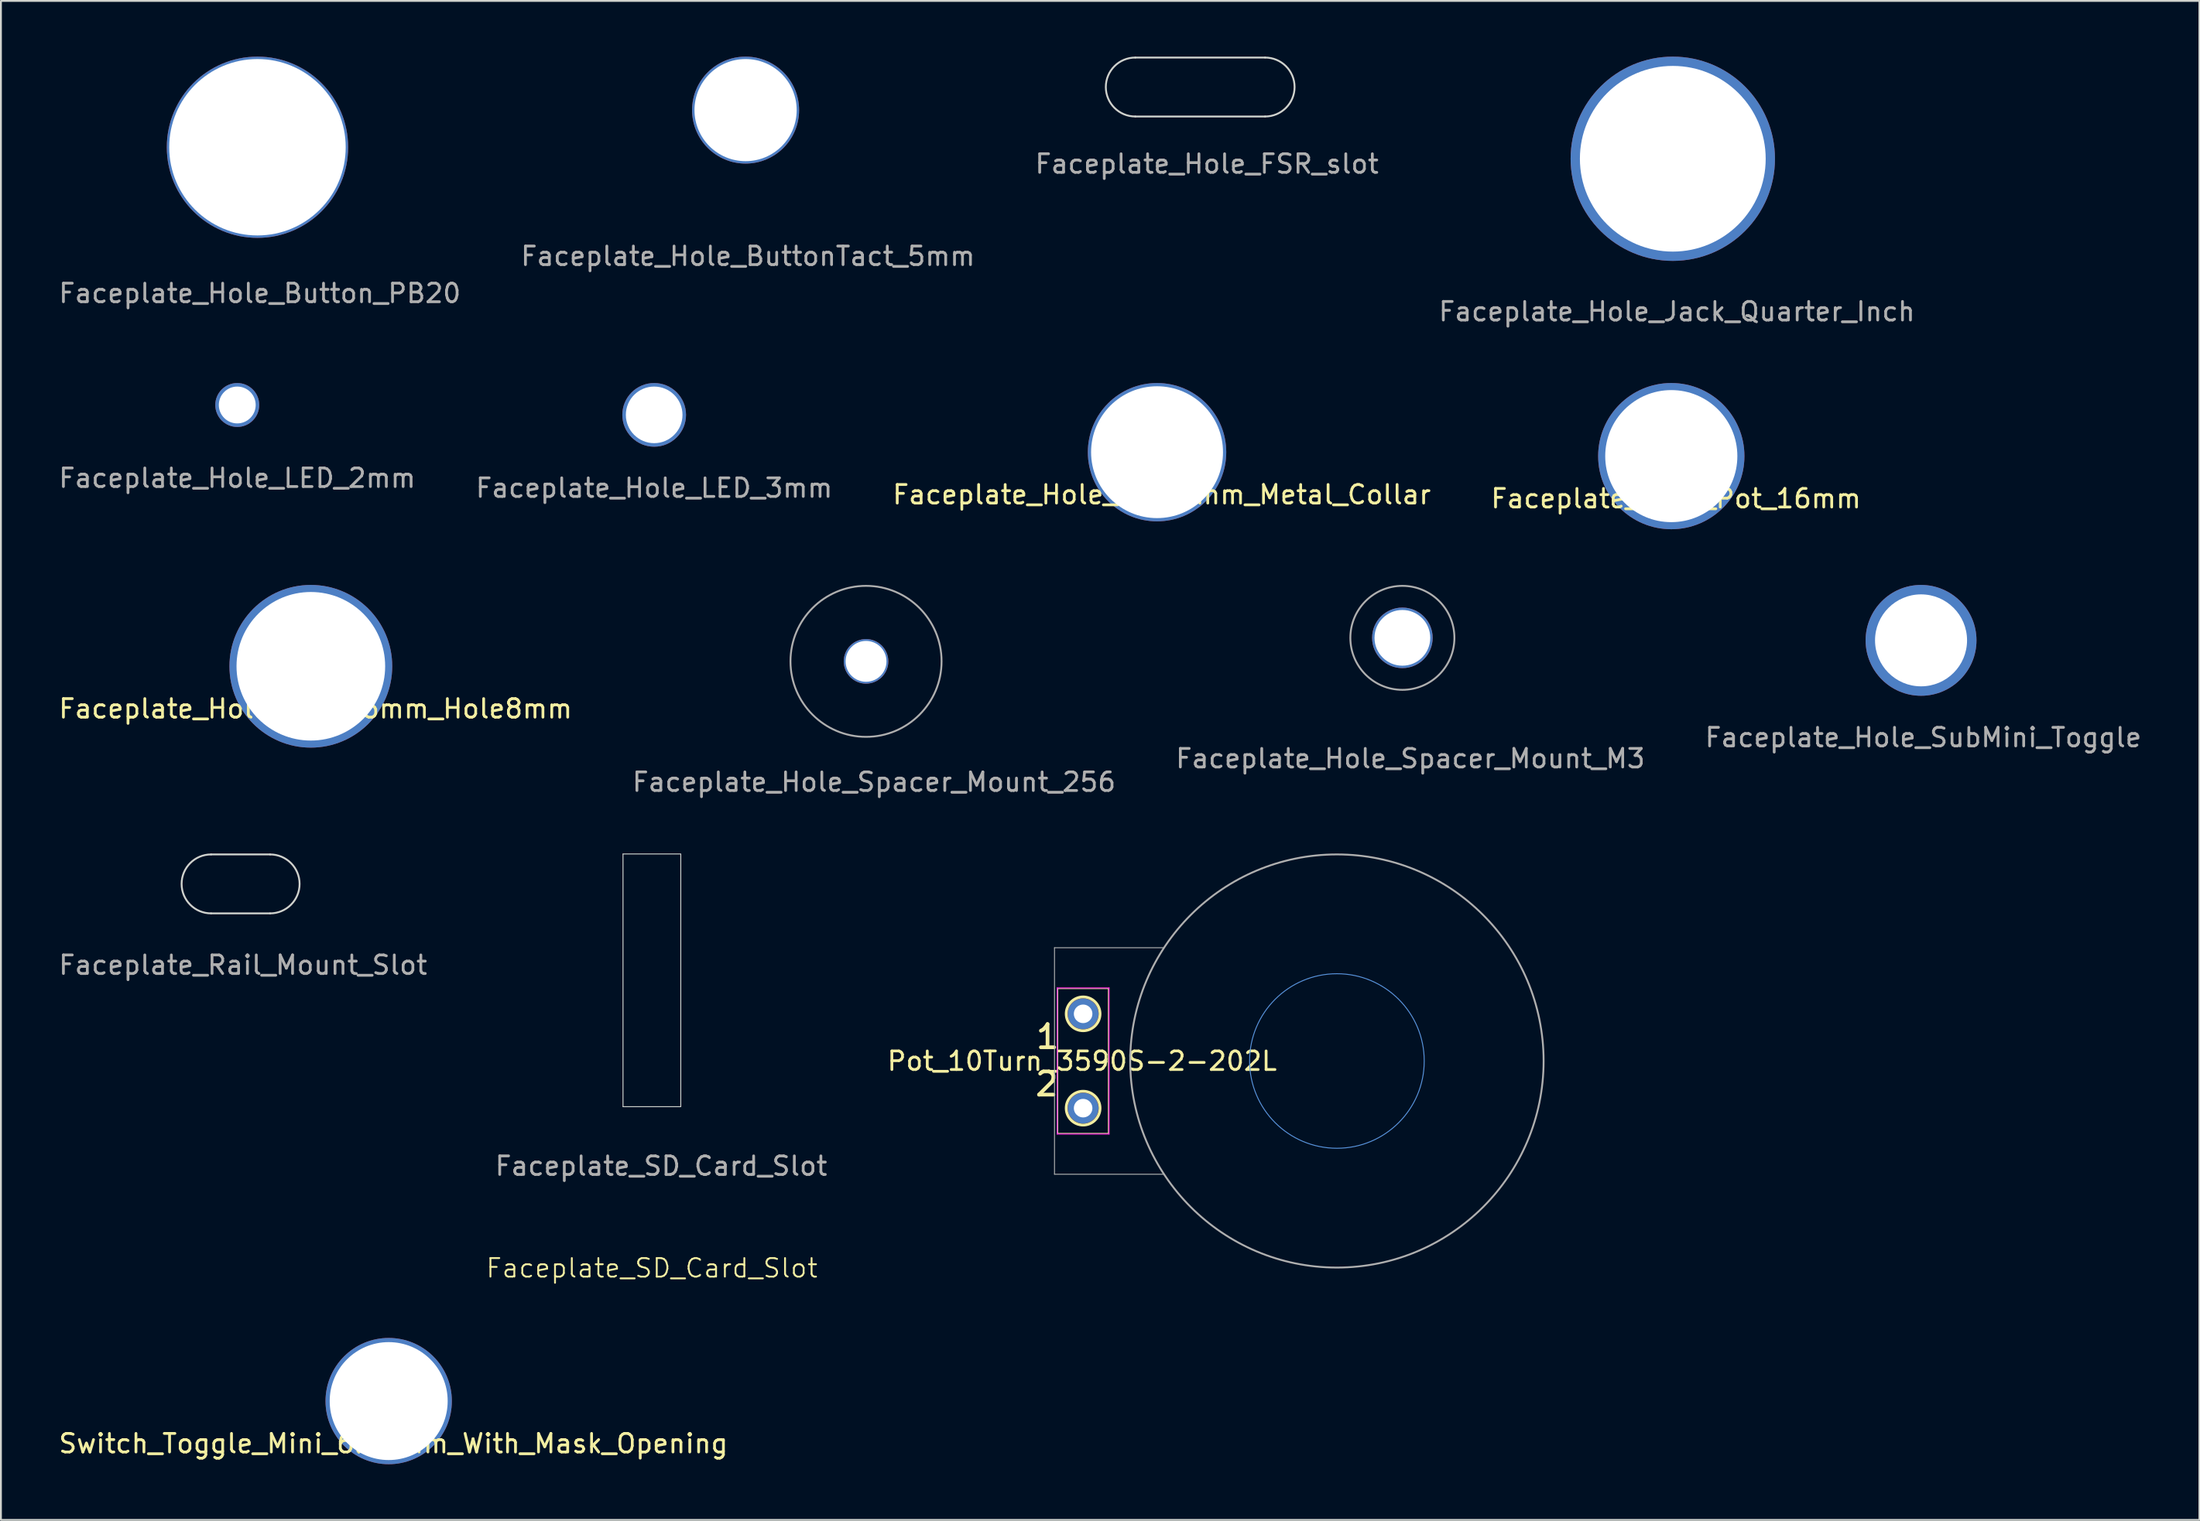
<source format=kicad_pcb>
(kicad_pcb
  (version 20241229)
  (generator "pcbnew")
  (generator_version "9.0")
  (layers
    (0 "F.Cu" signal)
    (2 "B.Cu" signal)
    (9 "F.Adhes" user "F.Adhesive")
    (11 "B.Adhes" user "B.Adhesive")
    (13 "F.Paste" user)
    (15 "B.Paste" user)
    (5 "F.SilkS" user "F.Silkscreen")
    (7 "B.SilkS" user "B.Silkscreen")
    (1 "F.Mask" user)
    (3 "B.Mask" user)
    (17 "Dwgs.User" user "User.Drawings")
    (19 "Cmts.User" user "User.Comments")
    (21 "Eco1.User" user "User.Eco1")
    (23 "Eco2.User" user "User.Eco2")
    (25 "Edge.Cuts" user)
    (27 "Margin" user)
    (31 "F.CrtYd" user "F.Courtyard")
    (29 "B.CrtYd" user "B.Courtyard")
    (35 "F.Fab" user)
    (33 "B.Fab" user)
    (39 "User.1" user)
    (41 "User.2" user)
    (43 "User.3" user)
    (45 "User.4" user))
  (footprint "Faceplate_Hole_Spacer_Mount_256"
    (layer "F.Cu")
    (at 43.564 32.568)
    (property "Reference" "Faceplate_Hole_Spacer_Mount_256" (at 0.43 6.5 0) (layer "F.Fab") (effects (font (size 1 1) (thickness 0.15))))
    (attr through_hole)
    (fp_line (start -0.508 0) (end 0.508 0) (stroke (width 0.15) (type solid)) (layer "F.Fab"))
    (fp_line (start 0 -0.508) (end 0 0.508) (stroke (width 0.15) (type solid)) (layer "F.Fab"))
    (fp_circle (center 0 0) (end -4.064 -0.127) (stroke (width 0.1) (type solid)) (fill no) (layer "F.Fab"))
    (pad "1" thru_hole circle (at 0 0 90) (size 2.4 2.4) (drill 2.2) (layers "*.Cu" "*.Mask")))
  (footprint "Faceplate_Rail_Mount_Slot"
    (layer "F.Cu")
    (at 9.9 44.554)
    (property "Reference" "Faceplate_Rail_Mount_Slot" (at 0.13 4.37 0) (layer "F.Fab") (effects (font (size 1 1) (thickness 0.15))))
    (attr through_hole)
    (fp_line (start -1.587 -1.587) (end 1.587 -1.587) (stroke (width 0.1) (type solid)) (layer "Edge.Cuts"))
    (fp_line (start -1.587 1.587) (end 1.587 1.587) (stroke (width 0.1) (type solid)) (layer "Edge.Cuts"))
    (fp_arc (start -1.5875 1.5875) (mid -3.175 0) (end -1.5875 -1.5875) (stroke (width 0.1) (type solid)) (layer "Edge.Cuts"))
    (fp_arc (start 1.5875 -1.5875) (mid 3.175 0) (end 1.5875 1.5875) (stroke (width 0.1) (type solid)) (layer "Edge.Cuts")))
  (footprint "Pot_10Turn_3590S-2-202L"
    (layer "F.Cu")
    (at 68.909 54.091)
    (property "Reference" "Pot_10Turn_3590S-2-202L" (at -13.716 0.004 0) (layer "F.SilkS") (effects (font (size 1 1) (thickness 0.15))))
    (attr through_hole)
    (fp_line (start -15.025 -3.9) (end -12.3 -3.9) (stroke (width 0.05) (type solid)) (layer "F.SilkS"))
    (fp_line (start -15.025 3.9) (end -15.025 -3.9) (stroke (width 0.05) (type solid)) (layer "F.SilkS"))
    (fp_line (start -12.3 -3.9) (end -12.3 3.9) (stroke (width 0.05) (type solid)) (layer "F.SilkS"))
    (fp_line (start -12.3 3.9) (end -15.025 3.9) (stroke (width 0.05) (type solid)) (layer "F.SilkS"))
    (fp_circle (center -13.66 -2.54) (end -14.57 -2.54) (stroke (width 0.15) (type solid)) (fill no) (layer "F.SilkS"))
    (fp_circle (center -13.66 2.54) (end -14.57 2.57) (stroke (width 0.15) (type solid)) (fill no) (layer "F.SilkS"))
    (fp_circle (center 0 0) (end 4.7 0) (stroke (width 0.05) (type solid)) (fill no) (layer "Cmts.User"))
    (fp_line (start -15.057 -3.937) (end -12.263 -3.937) (stroke (width 0.05) (type solid)) (layer "F.CrtYd"))
    (fp_line (start -15.057 3.937) (end -15.057 -3.937) (stroke (width 0.05) (type solid)) (layer "F.CrtYd"))
    (fp_line (start -12.263 -3.937) (end -12.263 3.937) (stroke (width 0.05) (type solid)) (layer "F.CrtYd"))
    (fp_line (start -12.263 3.937) (end -15.057 3.937) (stroke (width 0.05) (type solid)) (layer "F.CrtYd"))
    (fp_line (start -15.2 -6.1) (end -15.2 6.1) (stroke (width 0.05) (type solid)) (layer "F.Fab"))
    (fp_line (start -15.2 -6.1) (end -9.31 -6.1) (stroke (width 0.05) (type solid)) (layer "F.Fab"))
    (fp_line (start -9.31 6.1) (end -15.2 6.1) (stroke (width 0.05) (type solid)) (layer "F.Fab"))
    (fp_circle (center 0 0) (end -11.125 0) (stroke (width 0.1) (type solid)) (fill no) (layer "F.Fab"))
    (fp_text user "2" (at -15.616 1.244 0) (layer "F.SilkS") (effects (font (size 1.25 1.25) (thickness 0.2))))
    (fp_text user "1" (at -15.576 -1.306 0) (layer "F.SilkS") (effects (font (size 1.25 1.25) (thickness 0.2))))
    (pad "1" thru_hole circle (at -13.66 -2.54 90) (size 1.651 1.651) (drill 1) (layers "*.Cu" "*.Mask"))
    (pad "2" thru_hole circle (at -13.66 2.54 90) (size 1.651 1.651) (drill 1) (layers "*.Cu" "*.Mask")))
  (footprint "Faceplate_Hole_Spacer_Mount_M3"
    (layer "F.Cu")
    (at 72.433 31.302)
    (property "Reference" "Faceplate_Hole_Spacer_Mount_M3" (at 0.43 6.5 0) (layer "F.Fab") (effects (font (size 1 1) (thickness 0.15))))
    (attr through_hole)
    (fp_line (start -0.508 0) (end 0.508 0) (stroke (width 0.15) (type solid)) (layer "F.Fab"))
    (fp_line (start 0 -0.508) (end 0 0.508) (stroke (width 0.15) (type solid)) (layer "F.Fab"))
    (fp_circle (center 0 0) (end 2.8 0) (stroke (width 0.1) (type solid)) (fill no) (layer "F.Fab"))
    (pad "1" thru_hole circle (at 0 0 90) (size 3.26 3.26) (drill 3) (layers "*.Cu" "*.Mask")))
  (footprint "Switch_Toggle_Mini_6.35mm_With_Mask_Opening"
    (layer "F.Cu")
    (at 17.871 72.407)
    (property "Reference" "Switch_Toggle_Mini_6.35mm_With_Mask_Opening" (at 0.254 2.286 0) (layer "F.SilkS") (effects (font (size 1 1) (thickness 0.15))))
    (attr through_hole)
    (fp_line (start -0.508 0) (end 0.508 0) (stroke (width 0.15) (type solid)) (layer "F.Fab"))
    (fp_line (start 0 -0.508) (end 0 0.508) (stroke (width 0.15) (type solid)) (layer "F.Fab"))
    (pad "1" thru_hole circle (at 0 0) (size 6.8 6.8) (drill 6.35) (layers "*.Cu" "*.Mask")))
  (footprint "Faceplate_Hole_Jack_Quarter_Inch"
    (layer "F.Cu")
    (at 86.988 5.5)
    (property "Reference" "Faceplate_Hole_Jack_Quarter_Inch" (at 0.22 8.23 0) (layer "F.Fab") (effects (font (size 1 1) (thickness 0.15))))
    (attr through_hole)
    (pad "1" thru_hole circle (at 0 0) (size 11 11) (drill 10) (layers "*.Cu" "*.Mask")))
  (footprint "Faceplate_Hole_Pot_16mm_Hole8mm"
    (layer "F.Cu")
    (at 13.681 32.833)
    (property "Reference" "Faceplate_Hole_Pot_16mm_Hole8mm" (at 0.254 2.286 0) (layer "F.SilkS") (effects (font (size 1 1) (thickness 0.15))))
    (attr through_hole)
    (fp_line (start -0.508 0) (end 0.508 0) (stroke (width 0.15) (type solid)) (layer "F.Fab"))
    (fp_line (start 0 -0.508) (end 0 0.508) (stroke (width 0.15) (type solid)) (layer "F.Fab"))
    (pad "1" thru_hole circle (at 0 0) (size 8.762 8.762) (drill 8) (layers "*.Cu" "*.Mask")))
  (footprint "Faceplate_Hole_Button_PB20"
    (layer "F.Cu")
    (at 10.808 4.88)
    (property "Reference" "Faceplate_Hole_Button_PB20" (at 0.127 7.866 0) (layer "F.Fab") (effects (font (size 1 1) (thickness 0.15))))
    (attr through_hole)
    (pad "1" thru_hole circle (at 0 0) (size 9.76 9.76) (drill 9.5) (layers "*.Cu" "*.Mask")))
  (footprint "Faceplate_Hole_FSR_slot"
    (layer "F.Cu")
    (at 61.551 1.637)
    (property "Reference" "Faceplate_Hole_FSR_slot" (at 0.36 4.14 0) (layer "F.Fab") (effects (font (size 1 1) (thickness 0.15))))
    (attr through_hole)
    (fp_line (start -3.493 -1.587) (end 3.493 -1.587) (stroke (width 0.1) (type solid)) (layer "Edge.Cuts"))
    (fp_line (start -3.493 1.587) (end 3.493 1.587) (stroke (width 0.1) (type solid)) (layer "Edge.Cuts"))
    (fp_arc (start -3.4925 1.5875) (mid -5.08 0) (end -3.4925 -1.5875) (stroke (width 0.1) (type solid)) (layer "Edge.Cuts"))
    (fp_arc (start 3.4925 -1.5875) (mid 5.08 0) (end 3.4925 1.5875) (stroke (width 0.1) (type solid)) (layer "Edge.Cuts")))
  (footprint "Faceplate_Hole_LED_2mm"
    (layer "F.Cu")
    (at 9.72 18.761)
    (property "Reference" "Faceplate_Hole_LED_2mm" (at 0 3.937 0) (layer "F.Fab") (effects (font (size 1 1) (thickness 0.15))))
    (attr through_hole)
    (fp_line (start -0.508 0) (end 0.508 0) (stroke (width 0.15) (type solid)) (layer "F.Fab"))
    (fp_line (start 0 -0.508) (end 0 0.508) (stroke (width 0.15) (type solid)) (layer "F.Fab"))
    (pad "1" thru_hole circle (at 0 0 90) (size 2.365 2.365) (drill 1.984) (layers "*.Cu" "*.Mask")))
  (footprint "Faceplate_Hole_SubMini_Toggle"
    (layer "F.Cu")
    (at 100.35 31.437)
    (property "Reference" "Faceplate_Hole_SubMini_Toggle" (at 0.12 5.23 0) (layer "F.Fab") (effects (font (size 1 1) (thickness 0.15))))
    (attr through_hole)
    (fp_line (start -0.508 0) (end 0.508 0) (stroke (width 0.15) (type solid)) (layer "F.Fab"))
    (fp_line (start 0 -0.508) (end 0 0.508) (stroke (width 0.15) (type solid)) (layer "F.Fab"))
    (pad "1" thru_hole circle (at 0 0) (size 5.969 5.969) (drill 4.953) (layers "*.Cu" "*.Mask")))
  (footprint "Faceplate_Hole_LED_3mm"
    (layer "F.Cu")
    (at 32.161 19.293)
    (property "Reference" "Faceplate_Hole_LED_3mm" (at 0 3.937 0) (layer "F.Fab") (effects (font (size 1 1) (thickness 0.15))))
    (attr through_hole)
    (fp_line (start -0.508 0) (end 0.508 0) (stroke (width 0.15) (type solid)) (layer "F.Fab"))
    (fp_line (start 0 -0.508) (end 0 0.508) (stroke (width 0.15) (type solid)) (layer "F.Fab"))
    (pad "1" thru_hole circle (at 0 0 90) (size 3.429 3.429) (drill 3.048) (layers "*.Cu" "*.Mask")))
  (footprint "Faceplate_Hole_Pot_9mm_Metal_Collar"
    (layer "F.Cu")
    (at 59.228 21.303)
    (property "Reference" "Faceplate_Hole_Pot_9mm_Metal_Collar" (at 0.254 2.286 0) (layer "F.SilkS") (effects (font (size 1 1) (thickness 0.15))))
    (attr through_hole)
    (fp_line (start -0.508 0) (end 0.508 0) (stroke (width 0.15) (type solid)) (layer "F.Fab"))
    (fp_line (start 0 -0.508) (end 0 0.508) (stroke (width 0.15) (type solid)) (layer "F.Fab"))
    (pad "1" thru_hole circle (at 0 0) (size 7.45 7.45) (drill 7.1) (layers "*.Cu" "*.Mask")))
  (footprint "Faceplate_Hole_ButtonTact_5mm"
    (layer "F.Cu")
    (at 37.081 2.88)
    (property "Reference" "Faceplate_Hole_ButtonTact_5mm" (at 0.127 7.866 0) (layer "F.Fab") (effects (font (size 1 1) (thickness 0.15))))
    (attr through_hole)
    (pad "1" thru_hole circle (at 0 0) (size 5.76 5.76) (drill 5.5) (layers "*.Cu" "*.Mask")))
  (footprint "Faceplate_SD_Card_Slot"
    (layer "F.Cu")
    (at 32.038 49.746)
    (property "Reference" "Faceplate_SD_Card_Slot" (at 0 15.5 0) (unlocked yes) (layer "F.SilkS") (effects (font (size 1 1) (thickness 0.1))))
    (fp_line (start -1.555 -6.805) (end 1.545 -6.805) (stroke (width 0.05) (type default)) (layer "Edge.Cuts"))
    (fp_line (start -1.555 6.805) (end -1.555 -6.795) (stroke (width 0.05) (type default)) (layer "Edge.Cuts"))
    (fp_line (start 1.555 -6.795) (end 1.555 6.795) (stroke (width 0.05) (type default)) (layer "Edge.Cuts"))
    (fp_line (start 1.555 6.805) (end -1.555 6.805) (stroke (width 0.05) (type default)) (layer "Edge.Cuts"))
    (fp_text user "${REFERENCE}" (at 0.5 10 0) (unlocked yes) (layer "F.Fab") (effects (font (size 1 1) (thickness 0.15)))))
  (footprint "Faceplate_Hole_Pot_16mm"
    (layer "F.Cu")
    (at 86.907 21.515)
    (property "Reference" "Faceplate_Hole_Pot_16mm" (at 0.254 2.286 0) (layer "F.SilkS") (effects (font (size 1 1) (thickness 0.15))))
    (attr through_hole)
    (fp_line (start -0.508 0) (end 0.508 0) (stroke (width 0.15) (type solid)) (layer "F.Fab"))
    (fp_line (start 0 -0.508) (end 0 0.508) (stroke (width 0.15) (type solid)) (layer "F.Fab"))
    (pad "1" thru_hole circle (at 0 0) (size 7.874 7.874) (drill 7.112) (layers "*.Cu" "*.Mask")))
  (gr_rect
    (start -3 -3)
    (end 115.333 78.807)
    (stroke (width 0.1) (type default))
    (fill no)
    (layer "Edge.Cuts")))
</source>
